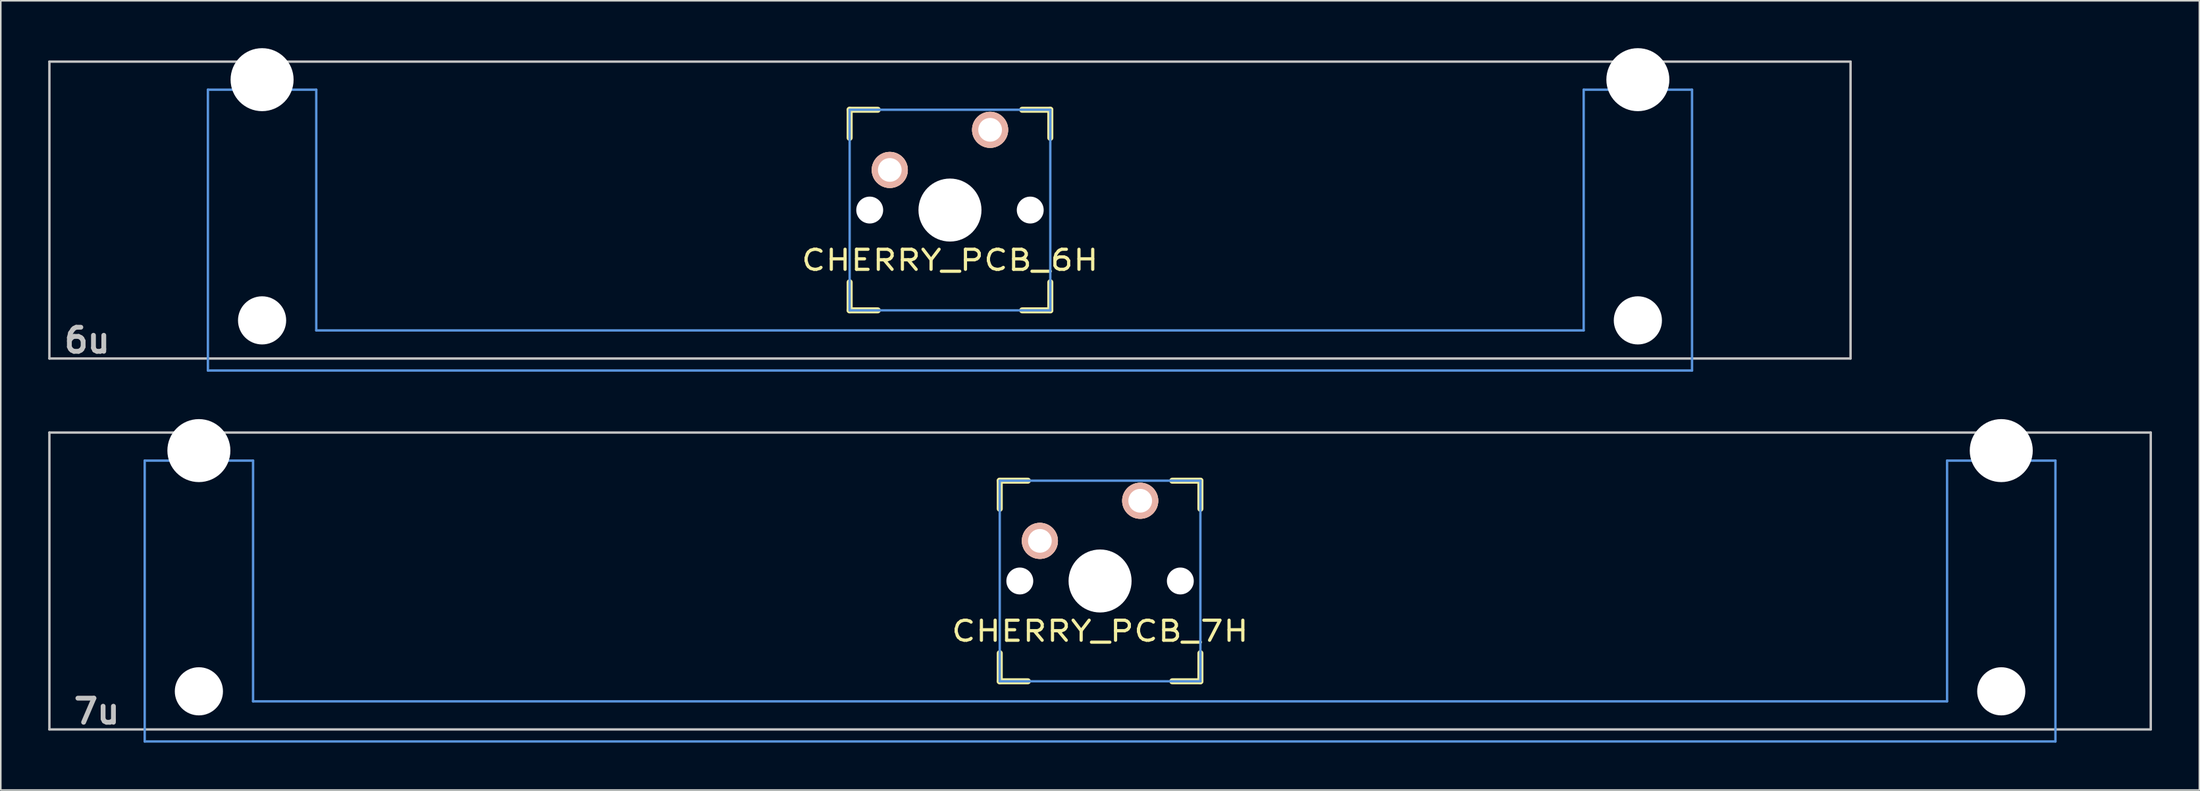
<source format=kicad_pcb>
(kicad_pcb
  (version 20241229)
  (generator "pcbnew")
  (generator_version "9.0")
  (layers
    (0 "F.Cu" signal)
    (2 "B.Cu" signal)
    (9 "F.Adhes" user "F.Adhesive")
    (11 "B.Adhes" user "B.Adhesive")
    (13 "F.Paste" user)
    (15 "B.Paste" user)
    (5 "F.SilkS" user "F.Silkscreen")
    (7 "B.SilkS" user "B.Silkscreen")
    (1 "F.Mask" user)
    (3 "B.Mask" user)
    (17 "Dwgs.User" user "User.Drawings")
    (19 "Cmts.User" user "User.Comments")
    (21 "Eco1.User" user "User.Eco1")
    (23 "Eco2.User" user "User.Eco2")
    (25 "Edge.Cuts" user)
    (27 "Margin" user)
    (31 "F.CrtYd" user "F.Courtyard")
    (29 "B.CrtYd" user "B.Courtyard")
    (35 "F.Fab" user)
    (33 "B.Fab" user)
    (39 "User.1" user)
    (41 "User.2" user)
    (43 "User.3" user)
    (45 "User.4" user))
  (footprint "CHERRY_PCB_6H"
    (layer "F.Cu")
    (at 57.076 10.249)
    (property "Reference" "CHERRY_PCB_6H" (at 0 3.175 0) (layer "F.SilkS") (effects (font (size 1.27 1.524) (thickness 0.203))))
    (attr through_hole)
    (fp_line (start -6.35 -6.35) (end -4.572 -6.35) (stroke (width 0.381) (type solid)) (layer "F.SilkS"))
    (fp_line (start -6.35 -4.572) (end -6.35 -6.35) (stroke (width 0.381) (type solid)) (layer "F.SilkS"))
    (fp_line (start -6.35 6.35) (end -6.35 4.572) (stroke (width 0.381) (type solid)) (layer "F.SilkS"))
    (fp_line (start -4.572 6.35) (end -6.35 6.35) (stroke (width 0.381) (type solid)) (layer "F.SilkS"))
    (fp_line (start 4.572 -6.35) (end 6.35 -6.35) (stroke (width 0.381) (type solid)) (layer "F.SilkS"))
    (fp_line (start 6.35 -6.35) (end 6.35 -4.572) (stroke (width 0.381) (type solid)) (layer "F.SilkS"))
    (fp_line (start 6.35 4.572) (end 6.35 6.35) (stroke (width 0.381) (type solid)) (layer "F.SilkS"))
    (fp_line (start 6.35 6.35) (end 4.572 6.35) (stroke (width 0.381) (type solid)) (layer "F.SilkS"))
    (fp_line (start -57 -9.398) (end 57 -9.398) (stroke (width 0.152) (type solid)) (layer "Dwgs.User"))
    (fp_line (start -57 9.398) (end -57 -9.398) (stroke (width 0.152) (type solid)) (layer "Dwgs.User"))
    (fp_line (start 57 -9.398) (end 57 9.398) (stroke (width 0.152) (type solid)) (layer "Dwgs.User"))
    (fp_line (start 57 9.398) (end -57 9.398) (stroke (width 0.152) (type solid)) (layer "Dwgs.User"))
    (fp_line (start -46.967 -7.62) (end -46.967 10.16) (stroke (width 0.152) (type solid)) (layer "Cmts.User"))
    (fp_line (start -46.967 10.16) (end 46.967 10.16) (stroke (width 0.152) (type solid)) (layer "Cmts.User"))
    (fp_line (start -40.109 -7.62) (end -46.967 -7.62) (stroke (width 0.152) (type solid)) (layer "Cmts.User"))
    (fp_line (start -40.109 7.62) (end -40.109 -7.62) (stroke (width 0.152) (type solid)) (layer "Cmts.User"))
    (fp_line (start -6.35 -6.35) (end 6.35 -6.35) (stroke (width 0.152) (type solid)) (layer "Cmts.User"))
    (fp_line (start -6.35 6.35) (end -6.35 -6.35) (stroke (width 0.152) (type solid)) (layer "Cmts.User"))
    (fp_line (start 6.35 -6.35) (end 6.35 6.35) (stroke (width 0.152) (type solid)) (layer "Cmts.User"))
    (fp_line (start 6.35 6.35) (end -6.35 6.35) (stroke (width 0.152) (type solid)) (layer "Cmts.User"))
    (fp_line (start 40.109 -7.62) (end 40.109 7.62) (stroke (width 0.152) (type solid)) (layer "Cmts.User"))
    (fp_line (start 40.109 7.62) (end -40.109 7.62) (stroke (width 0.152) (type solid)) (layer "Cmts.User"))
    (fp_line (start 46.967 -7.62) (end 40.109 -7.62) (stroke (width 0.152) (type solid)) (layer "Cmts.User"))
    (fp_line (start 46.967 10.16) (end 46.967 -7.62) (stroke (width 0.152) (type solid)) (layer "Cmts.User"))
    (fp_line (start -47.729 -2.286) (end -46.866 -2.286) (stroke (width 0.152) (type solid)) (layer "Eco2.User"))
    (fp_line (start -47.729 0.508) (end -47.729 -2.286) (stroke (width 0.152) (type solid)) (layer "Eco2.User"))
    (fp_line (start -46.866 -5.69) (end -40.211 -5.69) (stroke (width 0.152) (type solid)) (layer "Eco2.User"))
    (fp_line (start -46.866 -2.286) (end -46.866 -5.69) (stroke (width 0.152) (type solid)) (layer "Eco2.User"))
    (fp_line (start -46.866 0.508) (end -47.729 0.508) (stroke (width 0.152) (type solid)) (layer "Eco2.User"))
    (fp_line (start -46.866 6.604) (end -46.866 0.508) (stroke (width 0.152) (type solid)) (layer "Eco2.User"))
    (fp_line (start -45.824 6.604) (end -46.866 6.604) (stroke (width 0.152) (type solid)) (layer "Eco2.User"))
    (fp_line (start -45.824 7.772) (end -45.824 6.604) (stroke (width 0.152) (type solid)) (layer "Eco2.User"))
    (fp_line (start -41.252 6.604) (end -41.252 7.772) (stroke (width 0.152) (type solid)) (layer "Eco2.User"))
    (fp_line (start -41.252 7.772) (end -45.824 7.772) (stroke (width 0.152) (type solid)) (layer "Eco2.User"))
    (fp_line (start -40.211 -5.69) (end -40.211 -2.286) (stroke (width 0.152) (type solid)) (layer "Eco2.User"))
    (fp_line (start -40.211 -2.286) (end -6.985 -2.286) (stroke (width 0.152) (type solid)) (layer "Eco2.User"))
    (fp_line (start -40.211 2.286) (end -40.211 6.604) (stroke (width 0.152) (type solid)) (layer "Eco2.User"))
    (fp_line (start -40.211 6.604) (end -41.252 6.604) (stroke (width 0.152) (type solid)) (layer "Eco2.User"))
    (fp_line (start -6.985 -6.985) (end 6.985 -6.985) (stroke (width 0.152) (type solid)) (layer "Eco2.User"))
    (fp_line (start -6.985 -2.286) (end -6.985 -6.985) (stroke (width 0.152) (type solid)) (layer "Eco2.User"))
    (fp_line (start -6.985 2.286) (end -40.211 2.286) (stroke (width 0.152) (type solid)) (layer "Eco2.User"))
    (fp_line (start -6.985 6.985) (end -6.985 2.286) (stroke (width 0.152) (type solid)) (layer "Eco2.User"))
    (fp_line (start 6.985 -6.985) (end 6.985 -2.286) (stroke (width 0.152) (type solid)) (layer "Eco2.User"))
    (fp_line (start 6.985 -2.286) (end 40.211 -2.286) (stroke (width 0.152) (type solid)) (layer "Eco2.User"))
    (fp_line (start 6.985 2.286) (end 6.985 6.985) (stroke (width 0.152) (type solid)) (layer "Eco2.User"))
    (fp_line (start 6.985 6.985) (end -6.985 6.985) (stroke (width 0.152) (type solid)) (layer "Eco2.User"))
    (fp_line (start 40.211 -5.69) (end 46.866 -5.69) (stroke (width 0.152) (type solid)) (layer "Eco2.User"))
    (fp_line (start 40.211 -2.286) (end 40.211 -5.69) (stroke (width 0.152) (type solid)) (layer "Eco2.User"))
    (fp_line (start 40.211 2.286) (end 6.985 2.286) (stroke (width 0.152) (type solid)) (layer "Eco2.User"))
    (fp_line (start 40.211 6.604) (end 40.211 2.286) (stroke (width 0.152) (type solid)) (layer "Eco2.User"))
    (fp_line (start 41.252 6.604) (end 40.211 6.604) (stroke (width 0.152) (type solid)) (layer "Eco2.User"))
    (fp_line (start 41.252 7.772) (end 41.252 6.604) (stroke (width 0.152) (type solid)) (layer "Eco2.User"))
    (fp_line (start 45.824 6.604) (end 45.824 7.772) (stroke (width 0.152) (type solid)) (layer "Eco2.User"))
    (fp_line (start 45.824 7.772) (end 41.252 7.772) (stroke (width 0.152) (type solid)) (layer "Eco2.User"))
    (fp_line (start 46.866 -5.69) (end 46.866 -2.286) (stroke (width 0.152) (type solid)) (layer "Eco2.User"))
    (fp_line (start 46.866 -2.286) (end 47.729 -2.286) (stroke (width 0.152) (type solid)) (layer "Eco2.User"))
    (fp_line (start 46.866 0.508) (end 46.866 6.604) (stroke (width 0.152) (type solid)) (layer "Eco2.User"))
    (fp_line (start 46.866 6.604) (end 45.824 6.604) (stroke (width 0.152) (type solid)) (layer "Eco2.User"))
    (fp_line (start 47.729 -2.286) (end 47.729 0.508) (stroke (width 0.152) (type solid)) (layer "Eco2.User"))
    (fp_line (start 47.729 0.508) (end 46.866 0.508) (stroke (width 0.152) (type solid)) (layer "Eco2.User"))
    (fp_text user "6u" (at -54.61 8.255 0) (layer "Dwgs.User") (effects (font (size 1.524 1.524) (thickness 0.305))))
    (pad "" np_thru_hole circle (at -43.538 -8.255) (size 3.988 3.988) (drill 3.988) (layers "*.Cu"))
    (pad "" np_thru_hole circle (at -43.538 6.985) (size 3.048 3.048) (drill 3.048) (layers "*.Cu"))
    (pad "" np_thru_hole circle (at -5.08 0) (size 1.702 1.702) (drill 1.702) (layers "*.Cu"))
    (pad "" np_thru_hole circle (at 0 0) (size 3.988 3.988) (drill 3.988) (layers "*.Cu"))
    (pad "" np_thru_hole circle (at 5.08 0) (size 1.702 1.702) (drill 1.702) (layers "*.Cu"))
    (pad "" np_thru_hole circle (at 43.538 -8.255) (size 3.988 3.988) (drill 3.988) (layers "*.Cu"))
    (pad "" np_thru_hole circle (at 43.538 6.985) (size 3.048 3.048) (drill 3.048) (layers "*.Cu"))
    (pad "1" thru_hole circle (at 2.54 -5.08) (size 2.286 2.286) (drill 1.499) (layers "*.Cu" "*.SilkS" "*.Mask"))
    (pad "2" thru_hole circle (at -3.81 -2.54) (size 2.286 2.286) (drill 1.499) (layers "*.Cu" "*.SilkS" "*.Mask")))
  (footprint "CHERRY_PCB_7H"
    (layer "F.Cu")
    (at 66.576 33.734)
    (property "Reference" "CHERRY_PCB_7H" (at 0 3.175 0) (layer "F.SilkS") (effects (font (size 1.27 1.524) (thickness 0.203))))
    (attr through_hole)
    (fp_line (start -6.35 -6.35) (end -4.572 -6.35) (stroke (width 0.381) (type solid)) (layer "F.SilkS"))
    (fp_line (start -6.35 -4.572) (end -6.35 -6.35) (stroke (width 0.381) (type solid)) (layer "F.SilkS"))
    (fp_line (start -6.35 6.35) (end -6.35 4.572) (stroke (width 0.381) (type solid)) (layer "F.SilkS"))
    (fp_line (start -4.572 6.35) (end -6.35 6.35) (stroke (width 0.381) (type solid)) (layer "F.SilkS"))
    (fp_line (start 4.572 -6.35) (end 6.35 -6.35) (stroke (width 0.381) (type solid)) (layer "F.SilkS"))
    (fp_line (start 6.35 -6.35) (end 6.35 -4.572) (stroke (width 0.381) (type solid)) (layer "F.SilkS"))
    (fp_line (start 6.35 4.572) (end 6.35 6.35) (stroke (width 0.381) (type solid)) (layer "F.SilkS"))
    (fp_line (start 6.35 6.35) (end 4.572 6.35) (stroke (width 0.381) (type solid)) (layer "F.SilkS"))
    (fp_line (start -66.5 -9.398) (end 66.5 -9.398) (stroke (width 0.152) (type solid)) (layer "Dwgs.User"))
    (fp_line (start -66.5 9.398) (end -66.5 -9.398) (stroke (width 0.152) (type solid)) (layer "Dwgs.User"))
    (fp_line (start 66.5 -9.398) (end 66.5 9.398) (stroke (width 0.152) (type solid)) (layer "Dwgs.User"))
    (fp_line (start 66.5 9.398) (end -66.5 9.398) (stroke (width 0.152) (type solid)) (layer "Dwgs.User"))
    (fp_line (start -60.467 -7.62) (end -60.467 10.16) (stroke (width 0.152) (type solid)) (layer "Cmts.User"))
    (fp_line (start -60.467 10.16) (end 60.467 10.16) (stroke (width 0.152) (type solid)) (layer "Cmts.User"))
    (fp_line (start -53.609 -7.62) (end -60.467 -7.62) (stroke (width 0.152) (type solid)) (layer "Cmts.User"))
    (fp_line (start -53.609 7.62) (end -53.609 -7.62) (stroke (width 0.152) (type solid)) (layer "Cmts.User"))
    (fp_line (start -6.35 -6.35) (end 6.35 -6.35) (stroke (width 0.152) (type solid)) (layer "Cmts.User"))
    (fp_line (start -6.35 6.35) (end -6.35 -6.35) (stroke (width 0.152) (type solid)) (layer "Cmts.User"))
    (fp_line (start 6.35 -6.35) (end 6.35 6.35) (stroke (width 0.152) (type solid)) (layer "Cmts.User"))
    (fp_line (start 6.35 6.35) (end -6.35 6.35) (stroke (width 0.152) (type solid)) (layer "Cmts.User"))
    (fp_line (start 53.609 -7.62) (end 53.609 7.62) (stroke (width 0.152) (type solid)) (layer "Cmts.User"))
    (fp_line (start 53.609 7.62) (end -53.609 7.62) (stroke (width 0.152) (type solid)) (layer "Cmts.User"))
    (fp_line (start 60.467 -7.62) (end 53.609 -7.62) (stroke (width 0.152) (type solid)) (layer "Cmts.User"))
    (fp_line (start 60.467 10.16) (end 60.467 -7.62) (stroke (width 0.152) (type solid)) (layer "Cmts.User"))
    (fp_line (start -61.229 -2.286) (end -60.366 -2.286) (stroke (width 0.152) (type solid)) (layer "Eco2.User"))
    (fp_line (start -61.229 0.508) (end -61.229 -2.286) (stroke (width 0.152) (type solid)) (layer "Eco2.User"))
    (fp_line (start -60.366 -5.69) (end -53.711 -5.69) (stroke (width 0.152) (type solid)) (layer "Eco2.User"))
    (fp_line (start -60.366 -2.286) (end -60.366 -5.69) (stroke (width 0.152) (type solid)) (layer "Eco2.User"))
    (fp_line (start -60.366 0.508) (end -61.229 0.508) (stroke (width 0.152) (type solid)) (layer "Eco2.User"))
    (fp_line (start -60.366 6.604) (end -60.366 0.508) (stroke (width 0.152) (type solid)) (layer "Eco2.User"))
    (fp_line (start -59.324 6.604) (end -60.366 6.604) (stroke (width 0.152) (type solid)) (layer "Eco2.User"))
    (fp_line (start -59.324 7.772) (end -59.324 6.604) (stroke (width 0.152) (type solid)) (layer "Eco2.User"))
    (fp_line (start -54.752 6.604) (end -54.752 7.772) (stroke (width 0.152) (type solid)) (layer "Eco2.User"))
    (fp_line (start -54.752 7.772) (end -59.324 7.772) (stroke (width 0.152) (type solid)) (layer "Eco2.User"))
    (fp_line (start -53.711 -5.69) (end -53.711 -2.286) (stroke (width 0.152) (type solid)) (layer "Eco2.User"))
    (fp_line (start -53.711 -2.286) (end -6.985 -2.286) (stroke (width 0.152) (type solid)) (layer "Eco2.User"))
    (fp_line (start -53.711 2.286) (end -53.711 6.604) (stroke (width 0.152) (type solid)) (layer "Eco2.User"))
    (fp_line (start -53.711 6.604) (end -54.752 6.604) (stroke (width 0.152) (type solid)) (layer "Eco2.User"))
    (fp_line (start -6.985 -6.985) (end 6.985 -6.985) (stroke (width 0.152) (type solid)) (layer "Eco2.User"))
    (fp_line (start -6.985 -2.286) (end -6.985 -6.985) (stroke (width 0.152) (type solid)) (layer "Eco2.User"))
    (fp_line (start -6.985 2.286) (end -53.711 2.286) (stroke (width 0.152) (type solid)) (layer "Eco2.User"))
    (fp_line (start -6.985 6.985) (end -6.985 2.286) (stroke (width 0.152) (type solid)) (layer "Eco2.User"))
    (fp_line (start 6.985 -6.985) (end 6.985 -2.286) (stroke (width 0.152) (type solid)) (layer "Eco2.User"))
    (fp_line (start 6.985 -2.286) (end 53.711 -2.286) (stroke (width 0.152) (type solid)) (layer "Eco2.User"))
    (fp_line (start 6.985 2.286) (end 6.985 6.985) (stroke (width 0.152) (type solid)) (layer "Eco2.User"))
    (fp_line (start 6.985 6.985) (end -6.985 6.985) (stroke (width 0.152) (type solid)) (layer "Eco2.User"))
    (fp_line (start 53.711 -5.69) (end 60.366 -5.69) (stroke (width 0.152) (type solid)) (layer "Eco2.User"))
    (fp_line (start 53.711 -2.286) (end 53.711 -5.69) (stroke (width 0.152) (type solid)) (layer "Eco2.User"))
    (fp_line (start 53.711 2.286) (end 6.985 2.286) (stroke (width 0.152) (type solid)) (layer "Eco2.User"))
    (fp_line (start 53.711 6.604) (end 53.711 2.286) (stroke (width 0.152) (type solid)) (layer "Eco2.User"))
    (fp_line (start 54.752 6.604) (end 53.711 6.604) (stroke (width 0.152) (type solid)) (layer "Eco2.User"))
    (fp_line (start 54.752 7.772) (end 54.752 6.604) (stroke (width 0.152) (type solid)) (layer "Eco2.User"))
    (fp_line (start 59.324 6.604) (end 59.324 7.772) (stroke (width 0.152) (type solid)) (layer "Eco2.User"))
    (fp_line (start 59.324 7.772) (end 54.752 7.772) (stroke (width 0.152) (type solid)) (layer "Eco2.User"))
    (fp_line (start 60.366 -5.69) (end 60.366 -2.286) (stroke (width 0.152) (type solid)) (layer "Eco2.User"))
    (fp_line (start 60.366 -2.286) (end 61.229 -2.286) (stroke (width 0.152) (type solid)) (layer "Eco2.User"))
    (fp_line (start 60.366 0.508) (end 60.366 6.604) (stroke (width 0.152) (type solid)) (layer "Eco2.User"))
    (fp_line (start 60.366 6.604) (end 59.324 6.604) (stroke (width 0.152) (type solid)) (layer "Eco2.User"))
    (fp_line (start 61.229 -2.286) (end 61.229 0.508) (stroke (width 0.152) (type solid)) (layer "Eco2.User"))
    (fp_line (start 61.229 0.508) (end 60.366 0.508) (stroke (width 0.152) (type solid)) (layer "Eco2.User"))
    (fp_text user "7u" (at -63.5 8.255 0) (layer "Dwgs.User") (effects (font (size 1.524 1.524) (thickness 0.305))))
    (pad "" np_thru_hole circle (at -57.038 -8.255) (size 3.988 3.988) (drill 3.988) (layers "*.Cu"))
    (pad "" np_thru_hole circle (at -57.038 6.985) (size 3.048 3.048) (drill 3.048) (layers "*.Cu"))
    (pad "" np_thru_hole circle (at -5.08 0) (size 1.702 1.702) (drill 1.702) (layers "*.Cu"))
    (pad "" np_thru_hole circle (at 0 0) (size 3.988 3.988) (drill 3.988) (layers "*.Cu"))
    (pad "" np_thru_hole circle (at 5.08 0) (size 1.702 1.702) (drill 1.702) (layers "*.Cu"))
    (pad "" np_thru_hole circle (at 57.038 -8.255) (size 3.988 3.988) (drill 3.988) (layers "*.Cu"))
    (pad "" np_thru_hole circle (at 57.038 6.985) (size 3.048 3.048) (drill 3.048) (layers "*.Cu"))
    (pad "1" thru_hole circle (at 2.54 -5.08) (size 2.286 2.286) (drill 1.499) (layers "*.Cu" "*.SilkS" "*.Mask"))
    (pad "2" thru_hole circle (at -3.81 -2.54) (size 2.286 2.286) (drill 1.499) (layers "*.Cu" "*.SilkS" "*.Mask")))
  (gr_rect
    (start -3 -3)
    (end 136.152 46.97)
    (stroke (width 0.1) (type default))
    (fill no)
    (layer "Edge.Cuts")))
</source>
